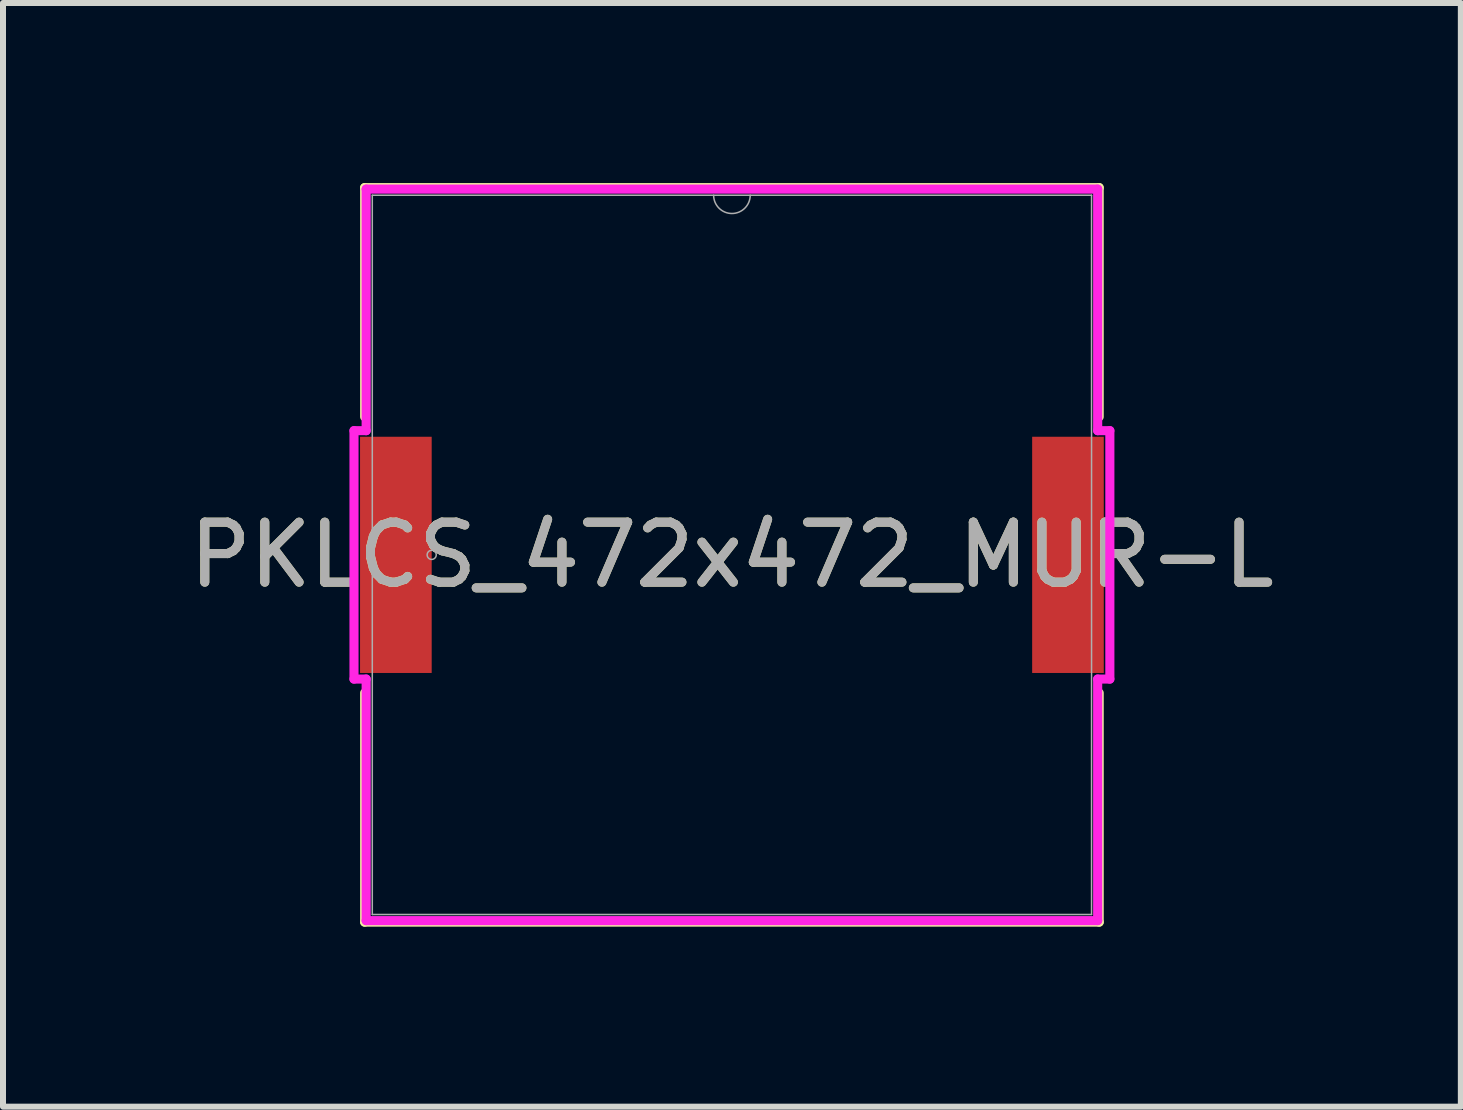
<source format=kicad_pcb>
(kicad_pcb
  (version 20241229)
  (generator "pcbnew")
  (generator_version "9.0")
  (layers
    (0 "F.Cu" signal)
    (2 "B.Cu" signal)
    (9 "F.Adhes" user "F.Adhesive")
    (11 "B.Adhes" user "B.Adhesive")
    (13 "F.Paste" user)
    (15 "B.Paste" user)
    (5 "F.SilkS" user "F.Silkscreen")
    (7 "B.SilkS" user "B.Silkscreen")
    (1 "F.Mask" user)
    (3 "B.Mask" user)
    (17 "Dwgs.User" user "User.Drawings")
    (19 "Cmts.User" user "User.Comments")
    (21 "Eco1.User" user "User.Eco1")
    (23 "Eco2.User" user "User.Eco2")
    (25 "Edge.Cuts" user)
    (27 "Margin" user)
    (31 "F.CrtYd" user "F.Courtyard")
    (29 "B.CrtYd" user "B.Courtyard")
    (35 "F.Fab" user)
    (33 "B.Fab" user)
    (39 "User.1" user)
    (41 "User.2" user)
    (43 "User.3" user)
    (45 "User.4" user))
  (footprint "PKLCS_472x472_MUR-L"
    (layer "F.Cu")
    (at 9.149 6.198)
    (property "Reference" "PKLCS_472x472_MUR-L" (at 0 0 0) (unlocked yes) (layer "F.SilkS") (effects (font (size 1 1) (thickness 0.15))))
    (attr smd)
    (fp_line (start -6.121 -6.121) (end -6.121 -2.301) (stroke (width 0.152) (type solid)) (layer "F.SilkS"))
    (fp_line (start -6.121 2.301) (end -6.121 6.121) (stroke (width 0.152) (type solid)) (layer "F.SilkS"))
    (fp_line (start -6.121 6.121) (end 6.121 6.121) (stroke (width 0.152) (type solid)) (layer "F.SilkS"))
    (fp_line (start 6.121 -6.121) (end -6.121 -6.121) (stroke (width 0.152) (type solid)) (layer "F.SilkS"))
    (fp_line (start 6.121 -2.301) (end 6.121 -6.121) (stroke (width 0.152) (type solid)) (layer "F.SilkS"))
    (fp_line (start 6.121 6.121) (end 6.121 2.301) (stroke (width 0.152) (type solid)) (layer "F.SilkS"))
    (fp_line (start -6.299 -2.07) (end -6.096 -2.07) (stroke (width 0.152) (type solid)) (layer "F.CrtYd"))
    (fp_line (start -6.299 2.07) (end -6.299 -2.07) (stroke (width 0.152) (type solid)) (layer "F.CrtYd"))
    (fp_line (start -6.299 2.07) (end -6.096 2.07) (stroke (width 0.152) (type solid)) (layer "F.CrtYd"))
    (fp_line (start -6.096 -6.096) (end 6.096 -6.096) (stroke (width 0.152) (type solid)) (layer "F.CrtYd"))
    (fp_line (start -6.096 -2.07) (end -6.096 -6.096) (stroke (width 0.152) (type solid)) (layer "F.CrtYd"))
    (fp_line (start -6.096 6.096) (end -6.096 2.07) (stroke (width 0.152) (type solid)) (layer "F.CrtYd"))
    (fp_line (start 6.096 -6.096) (end 6.096 -2.07) (stroke (width 0.152) (type solid)) (layer "F.CrtYd"))
    (fp_line (start 6.096 2.07) (end 6.096 6.096) (stroke (width 0.152) (type solid)) (layer "F.CrtYd"))
    (fp_line (start 6.096 6.096) (end -6.096 6.096) (stroke (width 0.152) (type solid)) (layer "F.CrtYd"))
    (fp_line (start 6.299 -2.07) (end 6.096 -2.07) (stroke (width 0.152) (type solid)) (layer "F.CrtYd"))
    (fp_line (start 6.299 -2.07) (end 6.299 2.07) (stroke (width 0.152) (type solid)) (layer "F.CrtYd"))
    (fp_line (start 6.299 2.07) (end 6.096 2.07) (stroke (width 0.152) (type solid)) (layer "F.CrtYd"))
    (fp_line (start -5.994 -5.994) (end -5.994 5.994) (stroke (width 0.025) (type solid)) (layer "F.Fab"))
    (fp_line (start -5.994 5.994) (end 5.994 5.994) (stroke (width 0.025) (type solid)) (layer "F.Fab"))
    (fp_line (start 5.994 -5.994) (end -5.994 -5.994) (stroke (width 0.025) (type solid)) (layer "F.Fab"))
    (fp_line (start 5.994 5.994) (end 5.994 -5.994) (stroke (width 0.025) (type solid)) (layer "F.Fab"))
    (fp_arc (start 0.3048 -5.9944) (mid 0 -5.6896) (end -0.3048 -5.9944) (stroke (width 0.0254) (type solid)) (layer "F.Fab"))
    (fp_circle (center -5.004 0) (end -4.928 0) (stroke (width 0.025) (type solid)) (fill no) (layer "F.Fab"))
    (fp_text user "${REFERENCE}" (at 0 0 0) (unlocked yes) (layer "F.Fab") (effects (font (size 1 1) (thickness 0.15))))
    (pad "1" smd rect (at -5.601 0) (size 1.194 3.937) (layers "F.Cu" "F.Mask" "F.Paste"))
    (pad "2" smd rect (at 5.601 0) (size 1.194 3.937) (layers "F.Cu" "F.Mask" "F.Paste")))
  (gr_rect
    (start -3 -3)
    (end 21.298 15.395)
    (stroke (width 0.1) (type default))
    (fill no)
    (layer "Edge.Cuts")))
</source>
